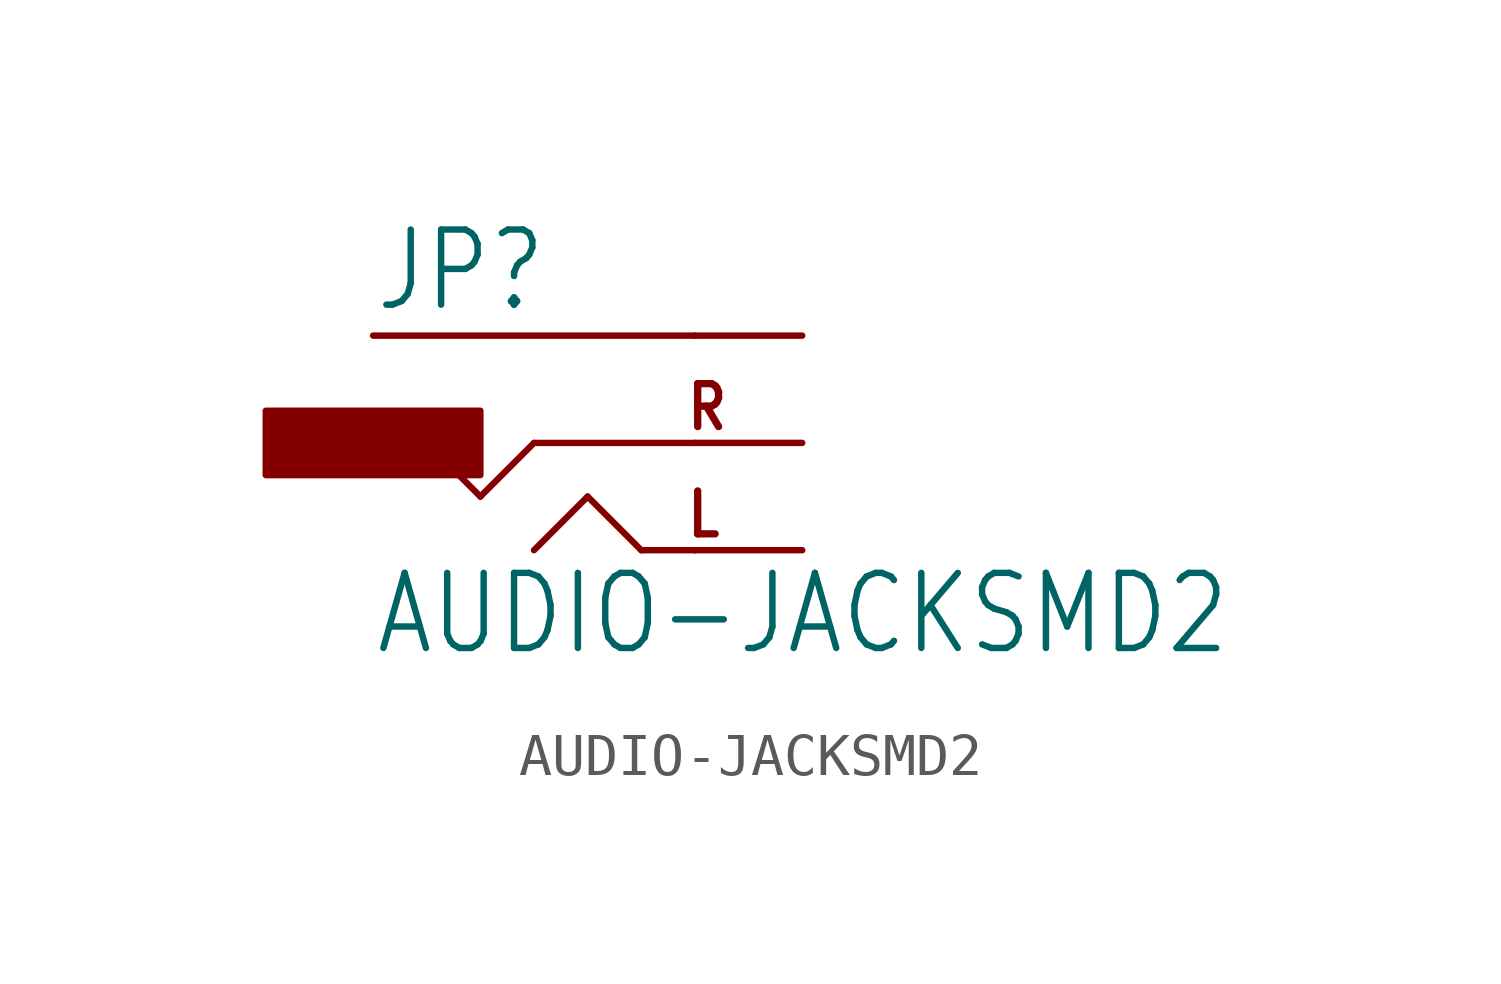
<source format=kicad_sym>
(kicad_symbol_lib
  (version 20211014)
  (generator kicad_symbol_editor)
  (symbol "AUDIO-JACKSMD2"
    (property "Reference" "JP"
      (at -5.08 3.048 0)
      (effects (font (size 1.778 1.511)) (justify left bottom)))
    (property "Value" "AUDIO-JACKSMD2"
      (at -5.08 -5.08 0)
      (effects (font (size 1.778 1.511)) (justify left bottom)))
    (property "ki_locked" ""
      (at 0 0 0)
      (effects (font (size 1.27 1.27))))
    (symbol "AUDIO-JACKSMD2_1_0"
      (rectangle (start -7.62 -0.762) (end -2.54 0.762) (stroke (width 0) (type default) (color 0 0 0 0)) (fill (type outline)))
      (polyline (pts (xy -2.54 -1.27) (xy -3.81 0)) (stroke (width 0.152) (type default) (color 0 0 0 0)) (fill (type none)))
      (polyline (pts (xy -1.27 -2.54) (xy 0 -1.27)) (stroke (width 0.152) (type default) (color 0 0 0 0)) (fill (type none)))
      (polyline (pts (xy -1.27 0) (xy -2.54 -1.27)) (stroke (width 0.152) (type default) (color 0 0 0 0)) (fill (type none)))
      (polyline (pts (xy 0 -1.27) (xy 1.27 -2.54)) (stroke (width 0.152) (type default) (color 0 0 0 0)) (fill (type none)))
      (polyline (pts (xy 1.27 -2.54) (xy 2.54 -2.54)) (stroke (width 0.152) (type default) (color 0 0 0 0)) (fill (type none)))
      (polyline (pts (xy 2.54 0) (xy -1.27 0)) (stroke (width 0.152) (type default) (color 0 0 0 0)) (fill (type none)))
      (polyline (pts (xy 2.54 2.54) (xy -5.08 2.54)) (stroke (width 0.152) (type default) (color 0 0 0 0)) (fill (type none)))
      (text "L" (at 2.286 -2.286 0) (effects (font (size 1.016 0.864) (thickness 0.173) bold) (justify left bottom)))
      (text "R" (at 2.286 0.254 0) (effects (font (size 1.016 0.864) (thickness 0.173) bold) (justify left bottom)))
      (pin bidirectional line (at 5.08 0 180) (length 2.54) (name "RIGHT" (effects (font (size 0 0)))) (number "RING" (effects (font (size 0 0)))))
      (pin bidirectional line (at 5.08 2.54 180) (length 2.54) (name "SLEEVE" (effects (font (size 0 0)))) (number "SLEEVE" (effects (font (size 0 0)))))
      (pin bidirectional line (at 5.08 -2.54 180) (length 2.54) (name "LEFT" (effects (font (size 0 0)))) (number "TIP" (effects (font (size 0 0))))))))
</source>
